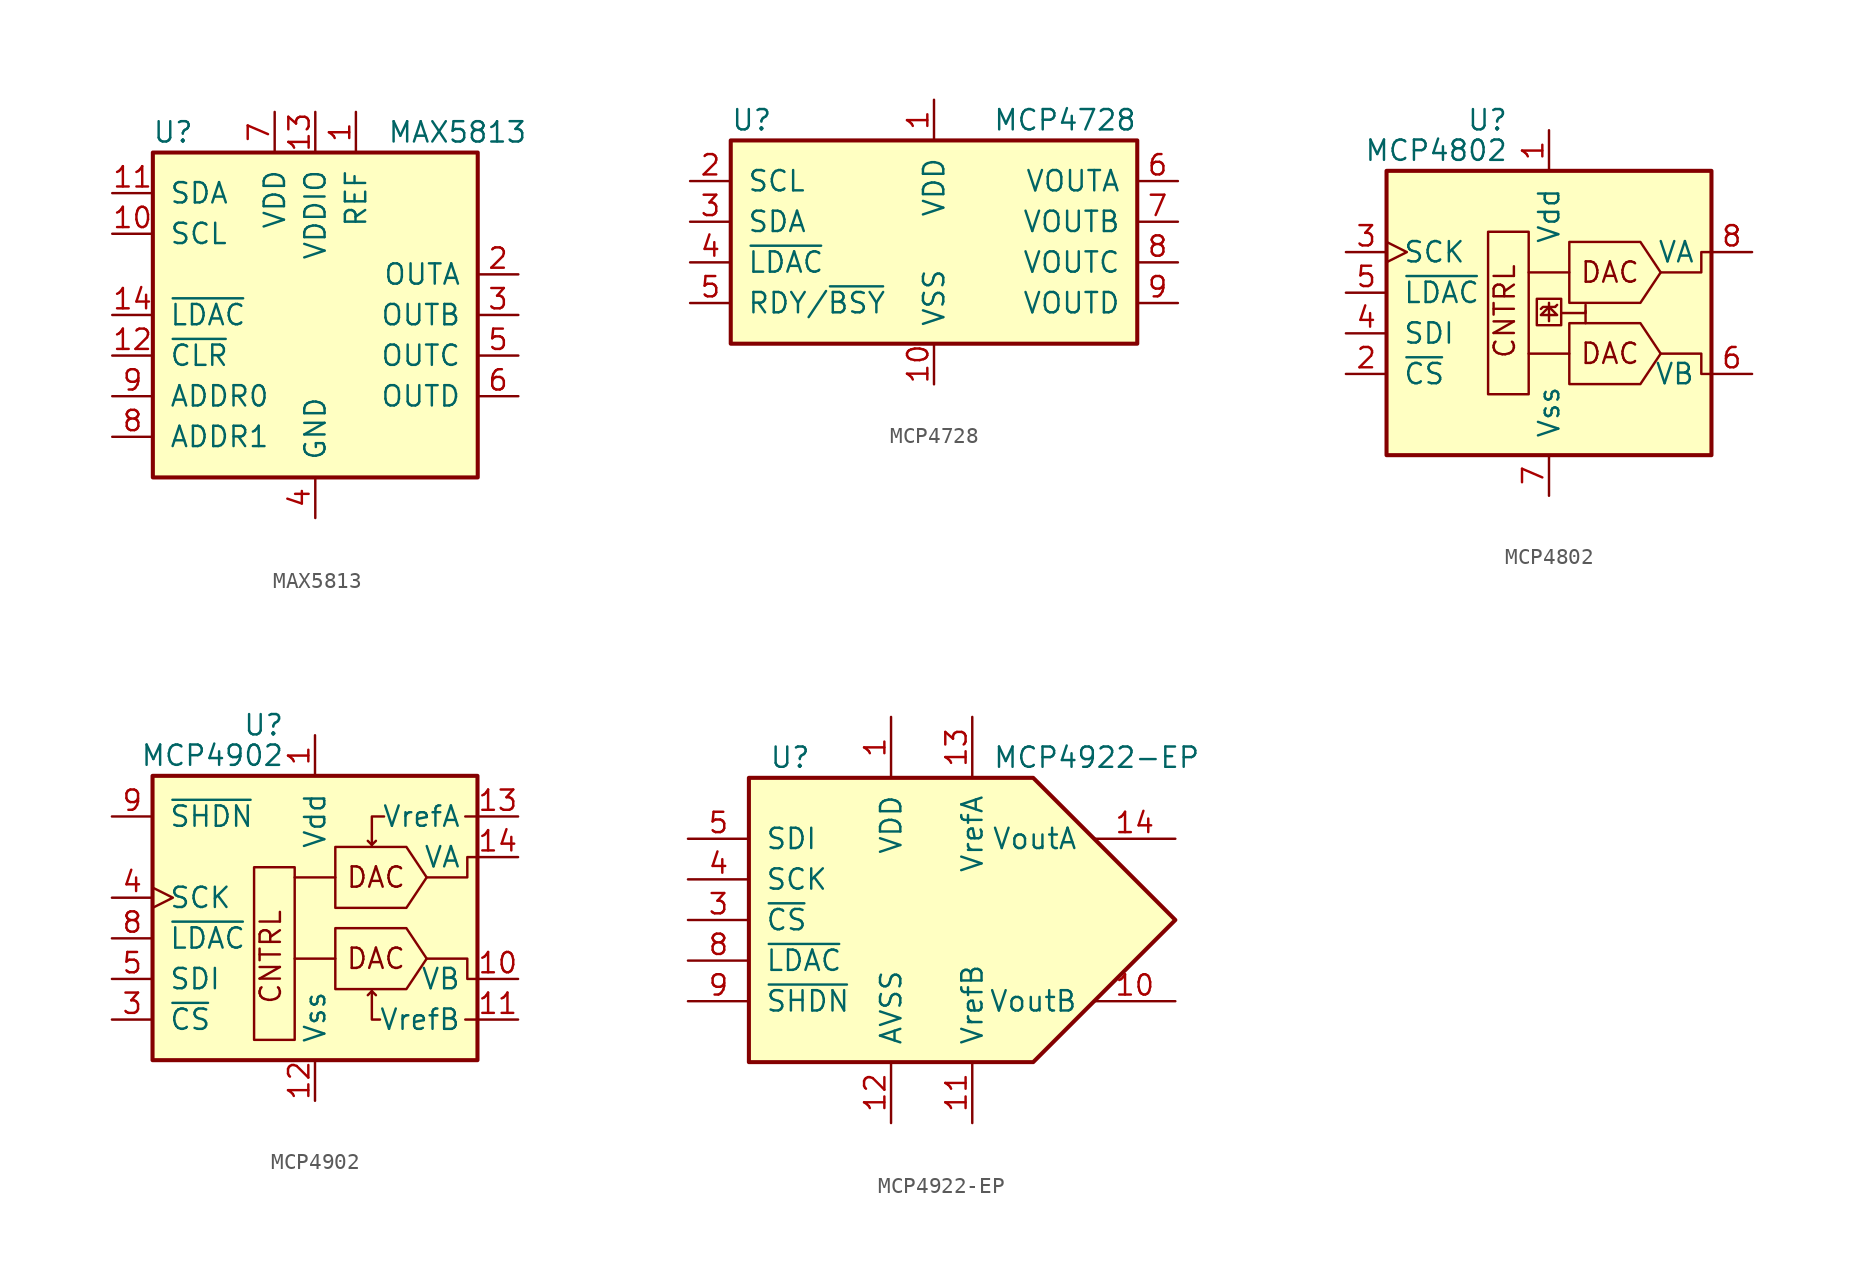
<source format=kicad_sym>
(kicad_symbol_lib
  (version 20201005)
  (generator kicad_symbol_editor)
  (symbol "MAX5813"
    (pin_names
      (offset 1.016))
    (property "Reference" "U"
      (at -8.89 11.43 0)
      (effects (font (size 1.27 1.27))))
    (property "Value" "MAX5813"
      (at 8.89 11.43 0)
      (effects (font (size 1.27 1.27))))
    (symbol "MAX5813_0_1"
      (rectangle (start -10.16 10.16) (end 10.16 -10.16) (stroke (width 0.254)) (fill (type background))))
    (symbol "MAX5813_1_1"
      (pin power_in line (at 2.54 12.7 270) (length 2.54) (name "REF" (effects (font (size 1.27 1.27)))) (number "1" (effects (font (size 1.27 1.27)))))
      (pin input line (at -12.7 5.08 0) (length 2.54) (name "SCL" (effects (font (size 1.27 1.27)))) (number "10" (effects (font (size 1.27 1.27)))))
      (pin bidirectional line (at -12.7 7.62 0) (length 2.54) (name "SDA" (effects (font (size 1.27 1.27)))) (number "11" (effects (font (size 1.27 1.27)))))
      (pin input line (at -12.7 -2.54 0) (length 2.54) (name "~CLR" (effects (font (size 1.27 1.27)))) (number "12" (effects (font (size 1.27 1.27)))))
      (pin power_in line (at 0 12.7 270) (length 2.54) (name "VDDIO" (effects (font (size 1.27 1.27)))) (number "13" (effects (font (size 1.27 1.27)))))
      (pin input line (at -12.7 0 0) (length 2.54) (name "~LDAC" (effects (font (size 1.27 1.27)))) (number "14" (effects (font (size 1.27 1.27)))))
      (pin output line (at 12.7 2.54 180) (length 2.54) (name "OUTA" (effects (font (size 1.27 1.27)))) (number "2" (effects (font (size 1.27 1.27)))))
      (pin output line (at 12.7 0 180) (length 2.54) (name "OUTB" (effects (font (size 1.27 1.27)))) (number "3" (effects (font (size 1.27 1.27)))))
      (pin power_in line (at 0 -12.7 90) (length 2.54) (name "GND" (effects (font (size 1.27 1.27)))) (number "4" (effects (font (size 1.27 1.27)))))
      (pin output line (at 12.7 -2.54 180) (length 2.54) (name "OUTC" (effects (font (size 1.27 1.27)))) (number "5" (effects (font (size 1.27 1.27)))))
      (pin output line (at 12.7 -5.08 180) (length 2.54) (name "OUTD" (effects (font (size 1.27 1.27)))) (number "6" (effects (font (size 1.27 1.27)))))
      (pin power_in line (at -2.54 12.7 270) (length 2.54) (name "VDD" (effects (font (size 1.27 1.27)))) (number "7" (effects (font (size 1.27 1.27)))))
      (pin input line (at -12.7 -7.62 0) (length 2.54) (name "ADDR1" (effects (font (size 1.27 1.27)))) (number "8" (effects (font (size 1.27 1.27)))))
      (pin input line (at -12.7 -5.08 0) (length 2.54) (name "ADDR0" (effects (font (size 1.27 1.27)))) (number "9" (effects (font (size 1.27 1.27)))))))
  (symbol "MCP4728"
    (pin_names
      (offset 1.016))
    (property "Reference" "U"
      (at -12.7 6.35 0)
      (effects (font (size 1.27 1.27)) (justify left)))
    (property "Value" "MCP4728"
      (at 12.7 6.35 0)
      (effects (font (size 1.27 1.27)) (justify right)))
    (symbol "MCP4728_0_1"
      (rectangle (start -12.7 5.08) (end 12.7 -7.62) (stroke (width 0.254)) (fill (type background))))
    (symbol "MCP4728_1_1"
      (pin power_in line (at 0 7.62 270) (length 2.54) (name "VDD" (effects (font (size 1.27 1.27)))) (number "1" (effects (font (size 1.27 1.27)))))
      (pin power_in line (at 0 -10.16 90) (length 2.54) (name "VSS" (effects (font (size 1.27 1.27)))) (number "10" (effects (font (size 1.27 1.27)))))
      (pin input line (at -15.24 2.54 0) (length 2.54) (name "SCL" (effects (font (size 1.27 1.27)))) (number "2" (effects (font (size 1.27 1.27)))))
      (pin bidirectional line (at -15.24 0 0) (length 2.54) (name "SDA" (effects (font (size 1.27 1.27)))) (number "3" (effects (font (size 1.27 1.27)))))
      (pin input line (at -15.24 -2.54 0) (length 2.54) (name "~LDAC" (effects (font (size 1.27 1.27)))) (number "4" (effects (font (size 1.27 1.27)))))
      (pin output line (at -15.24 -5.08 0) (length 2.54) (name "RDY/~BSY" (effects (font (size 1.27 1.27)))) (number "5" (effects (font (size 1.27 1.27)))))
      (pin output line (at 15.24 2.54 180) (length 2.54) (name "VOUTA" (effects (font (size 1.27 1.27)))) (number "6" (effects (font (size 1.27 1.27)))))
      (pin output line (at 15.24 0 180) (length 2.54) (name "VOUTB" (effects (font (size 1.27 1.27)))) (number "7" (effects (font (size 1.27 1.27)))))
      (pin output line (at 15.24 -2.54 180) (length 2.54) (name "VOUTC" (effects (font (size 1.27 1.27)))) (number "8" (effects (font (size 1.27 1.27)))))
      (pin output line (at 15.24 -5.08 180) (length 2.54) (name "VOUTD" (effects (font (size 1.27 1.27)))) (number "9" (effects (font (size 1.27 1.27)))))))
  (symbol "MCP4802"
    (pin_names
      (offset 1.016))
    (property "Reference" "U"
      (at -2.54 10.795 0)
      (effects (font (size 1.27 1.27)) (justify right)))
    (property "Value" "MCP4802"
      (at -2.54 8.89 0)
      (effects (font (size 1.27 1.27)) (justify right)))
    (symbol "MCP4802_0_0"
      (text "CNTRL" (at -2.032 -4.191 900) (effects (font (size 1.27 1.27)) (justify left bottom)))
      (text "DAC" (at 3.81 -3.81 0) (effects (font (size 1.27 1.27))))
      (text "DAC" (at 3.81 1.27 0) (effects (font (size 1.27 1.27))))
      (rectangle (start 0.762 -0.381) (end -0.762 -2.032) (stroke (width 0)) (fill (type none)))
      (polyline (pts (xy 0 -1.778) (xy 0 -0.635)) (stroke (width 0)) (fill (type none)))
      (polyline (pts (xy 0.381 -0.889) (xy 0.508 -0.762)) (stroke (width 0)) (fill (type none)))
      (polyline (pts (xy 2.286 -1.143) (xy 2.286 -1.905)) (stroke (width 0)) (fill (type none)))
      (polyline (pts (xy 0.381 -0.889) (xy -0.381 -0.889) (xy -0.508 -1.016)) (stroke (width 0)) (fill (type none)))
      (polyline (pts (xy 0.762 -1.27) (xy 2.286 -1.27) (xy 2.286 -0.762)) (stroke (width 0)) (fill (type none)))
      (polyline (pts (xy 0 -0.889) (xy 0.508 -1.397) (xy -0.508 -1.397) (xy 0 -0.889)) (stroke (width 0)) (fill (type none)))
      (polyline (pts (xy 6.985 -3.81) (xy 9.525 -3.81) (xy 9.525 -5.08) (xy 10.16 -5.08)) (stroke (width 0)) (fill (type none)))
      (polyline (pts (xy 6.985 1.27) (xy 9.525 1.27) (xy 9.525 2.54) (xy 10.16 2.54)) (stroke (width 0)) (fill (type none))))
    (symbol "MCP4802_0_1"
      (rectangle (start -10.16 7.62) (end 10.16 -10.16) (stroke (width 0.254)) (fill (type background)))
      (rectangle (start -1.27 -6.35) (end -3.81 3.81) (stroke (width 0)) (fill (type none)))
      (polyline (pts (xy 1.27 -3.81) (xy -1.27 -3.81)) (stroke (width 0)) (fill (type none)))
      (polyline (pts (xy 1.27 1.27) (xy -1.27 1.27)) (stroke (width 0)) (fill (type none)))
      (polyline (pts (xy 6.985 -3.81) (xy 5.715 -1.905) (xy 1.27 -1.905) (xy 1.27 -5.715) (xy 5.715 -5.715) (xy 6.985 -3.81)) (stroke (width 0)) (fill (type none)))
      (polyline (pts (xy 6.985 1.27) (xy 5.715 3.175) (xy 1.27 3.175) (xy 1.27 -0.635) (xy 5.715 -0.635) (xy 6.985 1.27)) (stroke (width 0)) (fill (type none))))
    (symbol "MCP4802_1_1"
      (pin power_in line (at 0 10.16 270) (length 2.54) (name "Vdd" (effects (font (size 1.27 1.27)))) (number "1" (effects (font (size 1.27 1.27)))))
      (pin input line (at -12.7 -5.08 0) (length 2.54) (name "~CS" (effects (font (size 1.27 1.27)))) (number "2" (effects (font (size 1.27 1.27)))))
      (pin input clock (at -12.7 2.54 0) (length 2.54) (name "SCK" (effects (font (size 1.27 1.27)))) (number "3" (effects (font (size 1.27 1.27)))))
      (pin input line (at -12.7 -2.54 0) (length 2.54) (name "SDI" (effects (font (size 1.27 1.27)))) (number "4" (effects (font (size 1.27 1.27)))))
      (pin input line (at -12.7 0 0) (length 2.54) (name "~LDAC" (effects (font (size 1.27 1.27)))) (number "5" (effects (font (size 1.27 1.27)))))
      (pin output line (at 12.7 -5.08 180) (length 2.54) (name "VB" (effects (font (size 1.27 1.27)))) (number "6" (effects (font (size 1.27 1.27)))))
      (pin power_in line (at 0 -12.7 90) (length 2.54) (name "Vss" (effects (font (size 1.27 1.27)))) (number "7" (effects (font (size 1.27 1.27)))))
      (pin output line (at 12.7 2.54 180) (length 2.54) (name "VA" (effects (font (size 1.27 1.27)))) (number "8" (effects (font (size 1.27 1.27)))))))
  (symbol "MCP4902"
    (pin_names
      (offset 1.016))
    (property "Reference" "U"
      (at -1.905 10.795 0)
      (effects (font (size 1.27 1.27)) (justify right)))
    (property "Value" "MCP4902"
      (at -1.905 8.89 0)
      (effects (font (size 1.27 1.27)) (justify right)))
    (symbol "MCP4902_0_0"
      (text "CNTRL" (at -2.032 -6.731 900) (effects (font (size 1.27 1.27)) (justify left bottom)))
      (text "DAC" (at 3.81 -3.81 0) (effects (font (size 1.27 1.27))))
      (text "DAC" (at 3.81 1.27 0) (effects (font (size 1.27 1.27))))
      (polyline (pts (xy 3.556 -5.842) (xy 3.302 -6.096)) (stroke (width 0)) (fill (type none)))
      (polyline (pts (xy 3.556 -5.842) (xy 3.81 -6.096)) (stroke (width 0)) (fill (type none)))
      (polyline (pts (xy 3.556 3.302) (xy 3.302 3.556)) (stroke (width 0)) (fill (type none)))
      (polyline (pts (xy 3.556 3.302) (xy 3.81 3.556)) (stroke (width 0)) (fill (type none)))
      (polyline (pts (xy 10.16 -7.62) (xy 9.398 -7.62)) (stroke (width 0)) (fill (type none)))
      (polyline (pts (xy 10.16 5.08) (xy 9.398 5.08)) (stroke (width 0)) (fill (type none)))
      (polyline (pts (xy 4.064 -7.62) (xy 3.556 -7.62) (xy 3.556 -5.842)) (stroke (width 0)) (fill (type none)))
      (polyline (pts (xy 4.318 5.08) (xy 3.556 5.08) (xy 3.556 3.302)) (stroke (width 0)) (fill (type none)))
      (polyline (pts (xy 6.985 -3.81) (xy 9.525 -3.81) (xy 9.525 -5.08) (xy 10.16 -5.08)) (stroke (width 0)) (fill (type none)))
      (polyline (pts (xy 6.985 1.27) (xy 9.525 1.27) (xy 9.525 2.54) (xy 10.16 2.54)) (stroke (width 0)) (fill (type none))))
    (symbol "MCP4902_0_1"
      (rectangle (start -10.16 7.62) (end 10.16 -10.16) (stroke (width 0.254)) (fill (type background)))
      (rectangle (start -1.27 -8.89) (end -3.81 1.905) (stroke (width 0)) (fill (type none)))
      (polyline (pts (xy 1.27 -3.81) (xy -1.27 -3.81)) (stroke (width 0)) (fill (type none)))
      (polyline (pts (xy 1.27 1.27) (xy -1.27 1.27)) (stroke (width 0)) (fill (type none)))
      (polyline (pts (xy 6.985 -3.81) (xy 5.715 -1.905) (xy 1.27 -1.905) (xy 1.27 -5.715) (xy 5.715 -5.715) (xy 6.985 -3.81)) (stroke (width 0)) (fill (type none)))
      (polyline (pts (xy 6.985 1.27) (xy 5.715 3.175) (xy 1.27 3.175) (xy 1.27 -0.635) (xy 5.715 -0.635) (xy 6.985 1.27)) (stroke (width 0)) (fill (type none))))
    (symbol "MCP4902_1_1"
      (pin power_in line (at 0 10.16 270) (length 2.54) (name "Vdd" (effects (font (size 1.27 1.27)))) (number "1" (effects (font (size 1.27 1.27)))))
      (pin output line (at 12.7 -5.08 180) (length 2.54) (name "VB" (effects (font (size 1.27 1.27)))) (number "10" (effects (font (size 1.27 1.27)))))
      (pin input line (at 12.7 -7.62 180) (length 2.54) (name "VrefB" (effects (font (size 1.27 1.27)))) (number "11" (effects (font (size 1.27 1.27)))))
      (pin power_in line (at 0 -12.7 90) (length 2.54) (name "Vss" (effects (font (size 1.27 1.27)))) (number "12" (effects (font (size 1.27 1.27)))))
      (pin input line (at 12.7 5.08 180) (length 2.54) (name "VrefA" (effects (font (size 1.27 1.27)))) (number "13" (effects (font (size 1.27 1.27)))))
      (pin output line (at 12.7 2.54 180) (length 2.54) (name "VA" (effects (font (size 1.27 1.27)))) (number "14" (effects (font (size 1.27 1.27)))))
      (pin no_connect line (at -7.62 -12.7 90) (length 2.54) hide (name "NC" (effects (font (size 1.27 1.27)))) (number "2" (effects (font (size 1.27 1.27)))))
      (pin input line (at -12.7 -7.62 0) (length 2.54) (name "~CS" (effects (font (size 1.27 1.27)))) (number "3" (effects (font (size 1.27 1.27)))))
      (pin input clock (at -12.7 0 0) (length 2.54) (name "SCK" (effects (font (size 1.27 1.27)))) (number "4" (effects (font (size 1.27 1.27)))))
      (pin input line (at -12.7 -5.08 0) (length 2.54) (name "SDI" (effects (font (size 1.27 1.27)))) (number "5" (effects (font (size 1.27 1.27)))))
      (pin no_connect line (at -5.08 -12.7 90) (length 2.54) hide (name "NC" (effects (font (size 1.27 1.27)))) (number "6" (effects (font (size 1.27 1.27)))))
      (pin no_connect line (at -2.54 -12.7 90) (length 2.54) hide (name "NC" (effects (font (size 1.27 1.27)))) (number "7" (effects (font (size 1.27 1.27)))))
      (pin input line (at -12.7 -2.54 0) (length 2.54) (name "~LDAC" (effects (font (size 1.27 1.27)))) (number "8" (effects (font (size 1.27 1.27)))))
      (pin output line (at -12.7 5.08 0) (length 2.54) (name "~SHDN" (effects (font (size 1.27 1.27)))) (number "9" (effects (font (size 1.27 1.27)))))))
  (symbol "MCP4922-EP"
    (pin_names
      (offset 1.016))
    (property "Reference" "U"
      (at -10.16 10.16 0)
      (effects (font (size 1.27 1.27)) (justify left)))
    (property "Value" "MCP4922-EP"
      (at 3.81 10.16 0)
      (effects (font (size 1.27 1.27)) (justify left)))
    (symbol "MCP4922-EP_0_1"
      (polyline (pts (xy -11.43 8.89) (xy 6.35 8.89) (xy 15.24 0) (xy 6.35 -8.89) (xy -11.43 -8.89) (xy -11.43 8.89)) (stroke (width 0.254)) (fill (type background))))
    (symbol "MCP4922-EP_1_1"
      (pin power_in line (at -2.54 12.7 270) (length 3.81) (name "VDD" (effects (font (size 1.27 1.27)))) (number "1" (effects (font (size 1.27 1.27)))))
      (pin passive line (at 15.24 -5.08 180) (length 5.08) (name "VoutB" (effects (font (size 1.27 1.27)))) (number "10" (effects (font (size 1.27 1.27)))))
      (pin passive line (at 2.54 -12.7 90) (length 3.81) (name "VrefB" (effects (font (size 1.27 1.27)))) (number "11" (effects (font (size 1.27 1.27)))))
      (pin power_in line (at -2.54 -12.7 90) (length 3.81) (name "AVSS" (effects (font (size 1.27 1.27)))) (number "12" (effects (font (size 1.27 1.27)))))
      (pin passive line (at 2.54 12.7 270) (length 3.81) (name "VrefA" (effects (font (size 1.27 1.27)))) (number "13" (effects (font (size 1.27 1.27)))))
      (pin passive line (at 15.24 5.08 180) (length 5.08) (name "VoutA" (effects (font (size 1.27 1.27)))) (number "14" (effects (font (size 1.27 1.27)))))
      (pin no_connect line (at -5.08 -12.7 90) (length 2.54) hide (name "NC" (effects (font (size 1.27 1.27)))) (number "2" (effects (font (size 1.27 1.27)))))
      (pin input line (at -15.24 0 0) (length 3.81) (name "~CS~" (effects (font (size 1.27 1.27)))) (number "3" (effects (font (size 1.27 1.27)))))
      (pin input line (at -15.24 2.54 0) (length 3.81) (name "SCK" (effects (font (size 1.27 1.27)))) (number "4" (effects (font (size 1.27 1.27)))))
      (pin input line (at -15.24 5.08 0) (length 3.81) (name "SDI" (effects (font (size 1.27 1.27)))) (number "5" (effects (font (size 1.27 1.27)))))
      (pin no_connect line (at -7.62 -12.7 90) (length 2.54) hide (name "NC" (effects (font (size 1.27 1.27)))) (number "6" (effects (font (size 1.27 1.27)))))
      (pin no_connect line (at -10.16 -12.7 90) (length 2.54) hide (name "NC" (effects (font (size 1.27 1.27)))) (number "7" (effects (font (size 1.27 1.27)))))
      (pin input line (at -15.24 -2.54 0) (length 3.81) (name "~LDAC~" (effects (font (size 1.27 1.27)))) (number "8" (effects (font (size 1.27 1.27)))))
      (pin input line (at -15.24 -5.08 0) (length 3.81) (name "~SHDN~" (effects (font (size 1.27 1.27)))) (number "9" (effects (font (size 1.27 1.27))))))))
</source>
